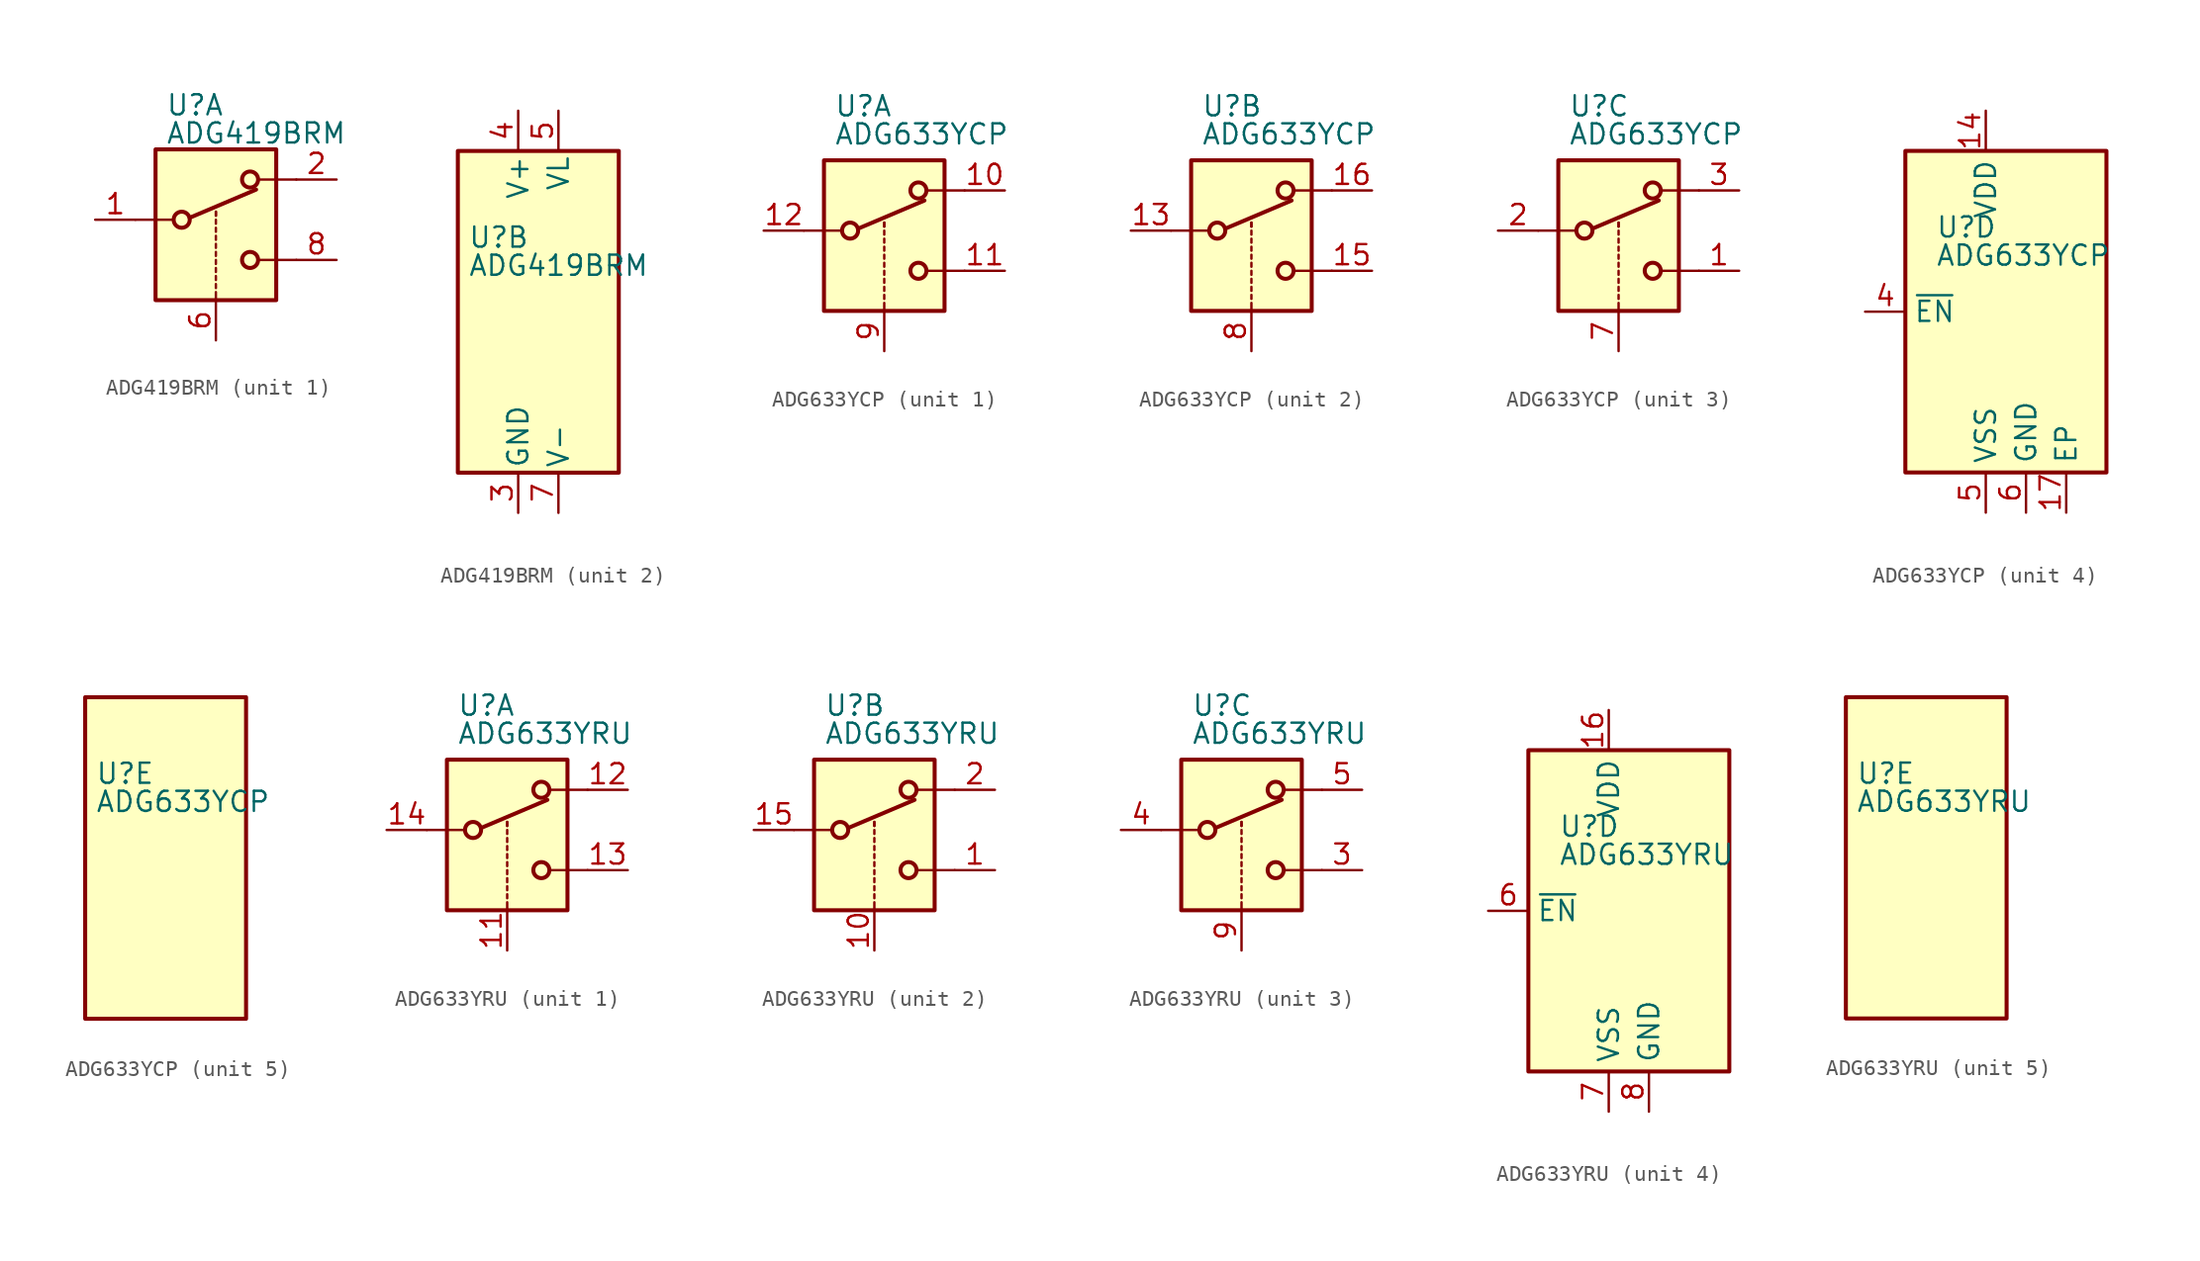
<source format=kicad_sym>
(kicad_symbol_lib
  (version 20200908)
  (generator kicad_symbol_editor)
  (symbol "Analog_Switch:ADG419BRM"
    (pin_names
      (offset 0.254))
    (property "Reference" "U"
      (at -3.175 4.699 0)
      (effects (font (size 1.27 1.27)) (justify left)))
    (property "Value" "ADG419BRM"
      (at -3.175 2.921 0)
      (effects (font (size 1.27 1.27)) (justify left)))
    (symbol "ADG419BRM_1_1"
      (circle (center -2.159 -2.54) (radius 0.508) (stroke (width 0.254)) (fill (type none)))
      (circle (center 2.159 -5.08) (radius 0.508) (stroke (width 0.254)) (fill (type none)))
      (circle (center 2.159 0) (radius 0.508) (stroke (width 0.254)) (fill (type none)))
      (rectangle (start -3.81 1.905) (end 3.81 -7.62) (stroke (width 0.254)) (fill (type background)))
      (polyline (pts (xy -5.08 -2.54) (xy -2.794 -2.54)) (stroke (width 0)) (fill (type none)))
      (polyline (pts (xy -1.651 -2.413) (xy 2.54 -0.635)) (stroke (width 0.254)) (fill (type none)))
      (polyline (pts (xy 0 -7.62) (xy 0 -7.112)) (stroke (width 0)) (fill (type none)))
      (polyline (pts (xy 0 -6.858) (xy 0 -6.604)) (stroke (width 0)) (fill (type none)))
      (polyline (pts (xy 0 -6.35) (xy 0 -6.096)) (stroke (width 0)) (fill (type none)))
      (polyline (pts (xy 0 -5.842) (xy 0 -5.588)) (stroke (width 0)) (fill (type none)))
      (polyline (pts (xy 0 -5.334) (xy 0 -5.08)) (stroke (width 0)) (fill (type none)))
      (polyline (pts (xy 0 -4.826) (xy 0 -4.572)) (stroke (width 0)) (fill (type none)))
      (polyline (pts (xy 0 -4.318) (xy 0 -4.064)) (stroke (width 0)) (fill (type none)))
      (polyline (pts (xy 0 -3.81) (xy 0 -3.556)) (stroke (width 0)) (fill (type none)))
      (polyline (pts (xy 0 -3.302) (xy 0 -3.048)) (stroke (width 0)) (fill (type none)))
      (polyline (pts (xy 0 -2.794) (xy 0 -2.54)) (stroke (width 0)) (fill (type none)))
      (polyline (pts (xy 0 -2.286) (xy 0 -2.032)) (stroke (width 0)) (fill (type none)))
      (polyline (pts (xy 0 -2.286) (xy 0 -2.032)) (stroke (width 0)) (fill (type none)))
      (polyline (pts (xy 5.08 -5.08) (xy 2.794 -5.08)) (stroke (width 0)) (fill (type none)))
      (polyline (pts (xy 5.08 0) (xy 2.794 0)) (stroke (width 0)) (fill (type none)))
      (pin passive line (at -7.62 -2.54 0) (length 2.54) (name "~" (effects (font (size 1.27 1.27)))) (number "1" (effects (font (size 1.27 1.27)))))
      (pin passive line (at 7.62 0 180) (length 2.54) (name "~" (effects (font (size 1.27 1.27)))) (number "2" (effects (font (size 1.27 1.27)))))
      (pin input line (at 0 -10.16 90) (length 2.54) (name "~" (effects (font (size 1.27 1.27)))) (number "6" (effects (font (size 1.27 1.27)))))
      (pin passive line (at 7.62 -5.08 180) (length 2.54) (name "~" (effects (font (size 1.27 1.27)))) (number "8" (effects (font (size 1.27 1.27))))))
    (symbol "ADG419BRM_2_1"
      (rectangle (start -3.81 10.16) (end 6.35 -10.16) (stroke (width 0.254)) (fill (type background))))
    (symbol "ADG419BRM_2_0"
      (pin power_in line (at 0 -12.7 90) (length 2.54) (name "GND" (effects (font (size 1.27 1.27)))) (number "3" (effects (font (size 1.27 1.27)))))
      (pin power_in line (at 0 12.7 270) (length 2.54) (name "V+" (effects (font (size 1.27 1.27)))) (number "4" (effects (font (size 1.27 1.27)))))
      (pin power_in line (at 2.54 12.7 270) (length 2.54) (name "VL" (effects (font (size 1.27 1.27)))) (number "5" (effects (font (size 1.27 1.27)))))
      (pin power_in line (at 2.54 -12.7 90) (length 2.54) (name "V-" (effects (font (size 1.27 1.27)))) (number "7" (effects (font (size 1.27 1.27)))))))
  (symbol "Analog_Switch:ADG633YCP"
    (property "Reference" "U"
      (at -3.175 5.334 0)
      (effects (font (size 1.27 1.27)) (justify left)))
    (property "Value" "ADG633YCP"
      (at -3.175 3.556 0)
      (effects (font (size 1.27 1.27)) (justify left)))
    (symbol "ADG633YCP_1_1"
      (circle (center -2.159 -2.54) (radius 0.508) (stroke (width 0.254)) (fill (type none)))
      (circle (center 2.159 -5.08) (radius 0.508) (stroke (width 0.254)) (fill (type none)))
      (circle (center 2.159 0) (radius 0.508) (stroke (width 0.254)) (fill (type none)))
      (rectangle (start -3.81 1.905) (end 3.81 -7.62) (stroke (width 0.254)) (fill (type background)))
      (polyline (pts (xy -5.08 -2.54) (xy -2.794 -2.54)) (stroke (width 0)) (fill (type none)))
      (polyline (pts (xy -1.651 -2.413) (xy 2.54 -0.635)) (stroke (width 0.254)) (fill (type none)))
      (polyline (pts (xy 0 -7.62) (xy 0 -7.112)) (stroke (width 0)) (fill (type none)))
      (polyline (pts (xy 0 -6.858) (xy 0 -6.604)) (stroke (width 0)) (fill (type none)))
      (polyline (pts (xy 0 -6.35) (xy 0 -6.096)) (stroke (width 0)) (fill (type none)))
      (polyline (pts (xy 0 -5.842) (xy 0 -5.588)) (stroke (width 0)) (fill (type none)))
      (polyline (pts (xy 0 -5.334) (xy 0 -5.08)) (stroke (width 0)) (fill (type none)))
      (polyline (pts (xy 0 -4.826) (xy 0 -4.572)) (stroke (width 0)) (fill (type none)))
      (polyline (pts (xy 0 -4.318) (xy 0 -4.064)) (stroke (width 0)) (fill (type none)))
      (polyline (pts (xy 0 -3.81) (xy 0 -3.556)) (stroke (width 0)) (fill (type none)))
      (polyline (pts (xy 0 -3.302) (xy 0 -3.048)) (stroke (width 0)) (fill (type none)))
      (polyline (pts (xy 0 -2.794) (xy 0 -2.54)) (stroke (width 0)) (fill (type none)))
      (polyline (pts (xy 0 -2.286) (xy 0 -2.032)) (stroke (width 0)) (fill (type none)))
      (polyline (pts (xy 0 -2.286) (xy 0 -2.032)) (stroke (width 0)) (fill (type none)))
      (polyline (pts (xy 5.08 -5.08) (xy 2.794 -5.08)) (stroke (width 0)) (fill (type none)))
      (polyline (pts (xy 5.08 0) (xy 2.794 0)) (stroke (width 0)) (fill (type none)))
      (pin passive line (at 7.62 0 180) (length 2.54) (name "~" (effects (font (size 1.27 1.27)))) (number "10" (effects (font (size 1.27 1.27)))))
      (pin passive line (at 7.62 -5.08 180) (length 2.54) (name "~" (effects (font (size 1.27 1.27)))) (number "11" (effects (font (size 1.27 1.27)))))
      (pin passive line (at -7.62 -2.54 0) (length 2.54) (name "~" (effects (font (size 1.27 1.27)))) (number "12" (effects (font (size 1.27 1.27)))))
      (pin input line (at 0 -10.16 90) (length 2.54) (name "~" (effects (font (size 1.27 1.27)))) (number "9" (effects (font (size 1.27 1.27))))))
    (symbol "ADG633YCP_2_1"
      (circle (center -2.159 -2.54) (radius 0.508) (stroke (width 0.254)) (fill (type none)))
      (circle (center 2.159 -5.08) (radius 0.508) (stroke (width 0.254)) (fill (type none)))
      (circle (center 2.159 0) (radius 0.508) (stroke (width 0.254)) (fill (type none)))
      (rectangle (start -3.81 1.905) (end 3.81 -7.62) (stroke (width 0.254)) (fill (type background)))
      (polyline (pts (xy -5.08 -2.54) (xy -2.794 -2.54)) (stroke (width 0)) (fill (type none)))
      (polyline (pts (xy -1.651 -2.413) (xy 2.54 -0.635)) (stroke (width 0.254)) (fill (type none)))
      (polyline (pts (xy 0 -7.62) (xy 0 -7.112)) (stroke (width 0)) (fill (type none)))
      (polyline (pts (xy 0 -6.858) (xy 0 -6.604)) (stroke (width 0)) (fill (type none)))
      (polyline (pts (xy 0 -6.35) (xy 0 -6.096)) (stroke (width 0)) (fill (type none)))
      (polyline (pts (xy 0 -5.842) (xy 0 -5.588)) (stroke (width 0)) (fill (type none)))
      (polyline (pts (xy 0 -5.334) (xy 0 -5.08)) (stroke (width 0)) (fill (type none)))
      (polyline (pts (xy 0 -4.826) (xy 0 -4.572)) (stroke (width 0)) (fill (type none)))
      (polyline (pts (xy 0 -4.318) (xy 0 -4.064)) (stroke (width 0)) (fill (type none)))
      (polyline (pts (xy 0 -3.81) (xy 0 -3.556)) (stroke (width 0)) (fill (type none)))
      (polyline (pts (xy 0 -3.302) (xy 0 -3.048)) (stroke (width 0)) (fill (type none)))
      (polyline (pts (xy 0 -2.794) (xy 0 -2.54)) (stroke (width 0)) (fill (type none)))
      (polyline (pts (xy 0 -2.286) (xy 0 -2.032)) (stroke (width 0)) (fill (type none)))
      (polyline (pts (xy 0 -2.286) (xy 0 -2.032)) (stroke (width 0)) (fill (type none)))
      (polyline (pts (xy 5.08 -5.08) (xy 2.794 -5.08)) (stroke (width 0)) (fill (type none)))
      (polyline (pts (xy 5.08 0) (xy 2.794 0)) (stroke (width 0)) (fill (type none)))
      (pin passive line (at -7.62 -2.54 0) (length 2.54) (name "~" (effects (font (size 1.27 1.27)))) (number "13" (effects (font (size 1.27 1.27)))))
      (pin passive line (at 7.62 -5.08 180) (length 2.54) (name "~" (effects (font (size 1.27 1.27)))) (number "15" (effects (font (size 1.27 1.27)))))
      (pin passive line (at 7.62 0 180) (length 2.54) (name "~" (effects (font (size 1.27 1.27)))) (number "16" (effects (font (size 1.27 1.27)))))
      (pin input line (at 0 -10.16 90) (length 2.54) (name "~" (effects (font (size 1.27 1.27)))) (number "8" (effects (font (size 1.27 1.27))))))
    (symbol "ADG633YCP_3_1"
      (circle (center -2.159 -2.54) (radius 0.508) (stroke (width 0.254)) (fill (type none)))
      (circle (center 2.159 -5.08) (radius 0.508) (stroke (width 0.254)) (fill (type none)))
      (circle (center 2.159 0) (radius 0.508) (stroke (width 0.254)) (fill (type none)))
      (rectangle (start -3.81 1.905) (end 3.81 -7.62) (stroke (width 0.254)) (fill (type background)))
      (polyline (pts (xy -5.08 -2.54) (xy -2.794 -2.54)) (stroke (width 0)) (fill (type none)))
      (polyline (pts (xy -1.651 -2.413) (xy 2.54 -0.635)) (stroke (width 0.254)) (fill (type none)))
      (polyline (pts (xy 0 -7.62) (xy 0 -7.112)) (stroke (width 0)) (fill (type none)))
      (polyline (pts (xy 0 -6.858) (xy 0 -6.604)) (stroke (width 0)) (fill (type none)))
      (polyline (pts (xy 0 -6.35) (xy 0 -6.096)) (stroke (width 0)) (fill (type none)))
      (polyline (pts (xy 0 -5.842) (xy 0 -5.588)) (stroke (width 0)) (fill (type none)))
      (polyline (pts (xy 0 -5.334) (xy 0 -5.08)) (stroke (width 0)) (fill (type none)))
      (polyline (pts (xy 0 -4.826) (xy 0 -4.572)) (stroke (width 0)) (fill (type none)))
      (polyline (pts (xy 0 -4.318) (xy 0 -4.064)) (stroke (width 0)) (fill (type none)))
      (polyline (pts (xy 0 -3.81) (xy 0 -3.556)) (stroke (width 0)) (fill (type none)))
      (polyline (pts (xy 0 -3.302) (xy 0 -3.048)) (stroke (width 0)) (fill (type none)))
      (polyline (pts (xy 0 -2.794) (xy 0 -2.54)) (stroke (width 0)) (fill (type none)))
      (polyline (pts (xy 0 -2.286) (xy 0 -2.032)) (stroke (width 0)) (fill (type none)))
      (polyline (pts (xy 0 -2.286) (xy 0 -2.032)) (stroke (width 0)) (fill (type none)))
      (polyline (pts (xy 5.08 -5.08) (xy 2.794 -5.08)) (stroke (width 0)) (fill (type none)))
      (polyline (pts (xy 5.08 0) (xy 2.794 0)) (stroke (width 0)) (fill (type none)))
      (pin passive line (at 7.62 -5.08 180) (length 2.54) (name "~" (effects (font (size 1.27 1.27)))) (number "1" (effects (font (size 1.27 1.27)))))
      (pin passive line (at -7.62 -2.54 0) (length 2.54) (name "~" (effects (font (size 1.27 1.27)))) (number "2" (effects (font (size 1.27 1.27)))))
      (pin passive line (at 7.62 0 180) (length 2.54) (name "~" (effects (font (size 1.27 1.27)))) (number "3" (effects (font (size 1.27 1.27)))))
      (pin input line (at 0 -10.16 90) (length 2.54) (name "~" (effects (font (size 1.27 1.27)))) (number "7" (effects (font (size 1.27 1.27))))))
    (symbol "ADG633YCP_4_1"
      (rectangle (start -5.08 10.16) (end 7.62 -10.16) (stroke (width 0.254)) (fill (type background))))
    (symbol "ADG633YCP_5_1"
      (rectangle (start -3.81 10.16) (end 6.35 -10.16) (stroke (width 0.254)) (fill (type background))))
    (symbol "ADG633YCP_4_0"
      (pin power_in line (at 0 12.7 270) (length 2.54) (name "VDD" (effects (font (size 1.27 1.27)))) (number "14" (effects (font (size 1.27 1.27)))))
      (pin power_in line (at 5.08 -12.7 90) (length 2.54) (name "EP" (effects (font (size 1.27 1.27)))) (number "17" (effects (font (size 1.27 1.27)))))
      (pin input line (at -7.62 0 0) (length 2.54) (name "~EN" (effects (font (size 1.27 1.27)))) (number "4" (effects (font (size 1.27 1.27)))))
      (pin power_in line (at 0 -12.7 90) (length 2.54) (name "VSS" (effects (font (size 1.27 1.27)))) (number "5" (effects (font (size 1.27 1.27)))))
      (pin power_in line (at 2.54 -12.7 90) (length 2.54) (name "GND" (effects (font (size 1.27 1.27)))) (number "6" (effects (font (size 1.27 1.27)))))))
  (symbol "Analog_Switch:ADG633YRU"
    (property "Reference" "U"
      (at -3.175 5.334 0)
      (effects (font (size 1.27 1.27)) (justify left)))
    (property "Value" "ADG633YRU"
      (at -3.175 3.556 0)
      (effects (font (size 1.27 1.27)) (justify left)))
    (symbol "ADG633YRU_1_1"
      (circle (center -2.159 -2.54) (radius 0.508) (stroke (width 0.254)) (fill (type none)))
      (circle (center 2.159 -5.08) (radius 0.508) (stroke (width 0.254)) (fill (type none)))
      (circle (center 2.159 0) (radius 0.508) (stroke (width 0.254)) (fill (type none)))
      (rectangle (start -3.81 1.905) (end 3.81 -7.62) (stroke (width 0.254)) (fill (type background)))
      (polyline (pts (xy -5.08 -2.54) (xy -2.794 -2.54)) (stroke (width 0)) (fill (type none)))
      (polyline (pts (xy -1.651 -2.413) (xy 2.54 -0.635)) (stroke (width 0.254)) (fill (type none)))
      (polyline (pts (xy 0 -7.62) (xy 0 -7.112)) (stroke (width 0)) (fill (type none)))
      (polyline (pts (xy 0 -6.858) (xy 0 -6.604)) (stroke (width 0)) (fill (type none)))
      (polyline (pts (xy 0 -6.35) (xy 0 -6.096)) (stroke (width 0)) (fill (type none)))
      (polyline (pts (xy 0 -5.842) (xy 0 -5.588)) (stroke (width 0)) (fill (type none)))
      (polyline (pts (xy 0 -5.334) (xy 0 -5.08)) (stroke (width 0)) (fill (type none)))
      (polyline (pts (xy 0 -4.826) (xy 0 -4.572)) (stroke (width 0)) (fill (type none)))
      (polyline (pts (xy 0 -4.318) (xy 0 -4.064)) (stroke (width 0)) (fill (type none)))
      (polyline (pts (xy 0 -3.81) (xy 0 -3.556)) (stroke (width 0)) (fill (type none)))
      (polyline (pts (xy 0 -3.302) (xy 0 -3.048)) (stroke (width 0)) (fill (type none)))
      (polyline (pts (xy 0 -2.794) (xy 0 -2.54)) (stroke (width 0)) (fill (type none)))
      (polyline (pts (xy 0 -2.286) (xy 0 -2.032)) (stroke (width 0)) (fill (type none)))
      (polyline (pts (xy 0 -2.286) (xy 0 -2.032)) (stroke (width 0)) (fill (type none)))
      (polyline (pts (xy 5.08 -5.08) (xy 2.794 -5.08)) (stroke (width 0)) (fill (type none)))
      (polyline (pts (xy 5.08 0) (xy 2.794 0)) (stroke (width 0)) (fill (type none)))
      (pin input line (at 0 -10.16 90) (length 2.54) (name "~" (effects (font (size 1.27 1.27)))) (number "11" (effects (font (size 1.27 1.27)))))
      (pin passive line (at 7.62 0 180) (length 2.54) (name "~" (effects (font (size 1.27 1.27)))) (number "12" (effects (font (size 1.27 1.27)))))
      (pin passive line (at 7.62 -5.08 180) (length 2.54) (name "~" (effects (font (size 1.27 1.27)))) (number "13" (effects (font (size 1.27 1.27)))))
      (pin passive line (at -7.62 -2.54 0) (length 2.54) (name "~" (effects (font (size 1.27 1.27)))) (number "14" (effects (font (size 1.27 1.27))))))
    (symbol "ADG633YRU_2_1"
      (circle (center -2.159 -2.54) (radius 0.508) (stroke (width 0.254)) (fill (type none)))
      (circle (center 2.159 -5.08) (radius 0.508) (stroke (width 0.254)) (fill (type none)))
      (circle (center 2.159 0) (radius 0.508) (stroke (width 0.254)) (fill (type none)))
      (rectangle (start -3.81 1.905) (end 3.81 -7.62) (stroke (width 0.254)) (fill (type background)))
      (polyline (pts (xy -5.08 -2.54) (xy -2.794 -2.54)) (stroke (width 0)) (fill (type none)))
      (polyline (pts (xy -1.651 -2.413) (xy 2.54 -0.635)) (stroke (width 0.254)) (fill (type none)))
      (polyline (pts (xy 0 -7.62) (xy 0 -7.112)) (stroke (width 0)) (fill (type none)))
      (polyline (pts (xy 0 -6.858) (xy 0 -6.604)) (stroke (width 0)) (fill (type none)))
      (polyline (pts (xy 0 -6.35) (xy 0 -6.096)) (stroke (width 0)) (fill (type none)))
      (polyline (pts (xy 0 -5.842) (xy 0 -5.588)) (stroke (width 0)) (fill (type none)))
      (polyline (pts (xy 0 -5.334) (xy 0 -5.08)) (stroke (width 0)) (fill (type none)))
      (polyline (pts (xy 0 -4.826) (xy 0 -4.572)) (stroke (width 0)) (fill (type none)))
      (polyline (pts (xy 0 -4.318) (xy 0 -4.064)) (stroke (width 0)) (fill (type none)))
      (polyline (pts (xy 0 -3.81) (xy 0 -3.556)) (stroke (width 0)) (fill (type none)))
      (polyline (pts (xy 0 -3.302) (xy 0 -3.048)) (stroke (width 0)) (fill (type none)))
      (polyline (pts (xy 0 -2.794) (xy 0 -2.54)) (stroke (width 0)) (fill (type none)))
      (polyline (pts (xy 0 -2.286) (xy 0 -2.032)) (stroke (width 0)) (fill (type none)))
      (polyline (pts (xy 0 -2.286) (xy 0 -2.032)) (stroke (width 0)) (fill (type none)))
      (polyline (pts (xy 5.08 -5.08) (xy 2.794 -5.08)) (stroke (width 0)) (fill (type none)))
      (polyline (pts (xy 5.08 0) (xy 2.794 0)) (stroke (width 0)) (fill (type none)))
      (pin passive line (at 7.62 -5.08 180) (length 2.54) (name "~" (effects (font (size 1.27 1.27)))) (number "1" (effects (font (size 1.27 1.27)))))
      (pin input line (at 0 -10.16 90) (length 2.54) (name "~" (effects (font (size 1.27 1.27)))) (number "10" (effects (font (size 1.27 1.27)))))
      (pin passive line (at -7.62 -2.54 0) (length 2.54) (name "~" (effects (font (size 1.27 1.27)))) (number "15" (effects (font (size 1.27 1.27)))))
      (pin passive line (at 7.62 0 180) (length 2.54) (name "~" (effects (font (size 1.27 1.27)))) (number "2" (effects (font (size 1.27 1.27))))))
    (symbol "ADG633YRU_3_1"
      (circle (center -2.159 -2.54) (radius 0.508) (stroke (width 0.254)) (fill (type none)))
      (circle (center 2.159 -5.08) (radius 0.508) (stroke (width 0.254)) (fill (type none)))
      (circle (center 2.159 0) (radius 0.508) (stroke (width 0.254)) (fill (type none)))
      (rectangle (start -3.81 1.905) (end 3.81 -7.62) (stroke (width 0.254)) (fill (type background)))
      (polyline (pts (xy -5.08 -2.54) (xy -2.794 -2.54)) (stroke (width 0)) (fill (type none)))
      (polyline (pts (xy -1.651 -2.413) (xy 2.54 -0.635)) (stroke (width 0.254)) (fill (type none)))
      (polyline (pts (xy 0 -7.62) (xy 0 -7.112)) (stroke (width 0)) (fill (type none)))
      (polyline (pts (xy 0 -6.858) (xy 0 -6.604)) (stroke (width 0)) (fill (type none)))
      (polyline (pts (xy 0 -6.35) (xy 0 -6.096)) (stroke (width 0)) (fill (type none)))
      (polyline (pts (xy 0 -5.842) (xy 0 -5.588)) (stroke (width 0)) (fill (type none)))
      (polyline (pts (xy 0 -5.334) (xy 0 -5.08)) (stroke (width 0)) (fill (type none)))
      (polyline (pts (xy 0 -4.826) (xy 0 -4.572)) (stroke (width 0)) (fill (type none)))
      (polyline (pts (xy 0 -4.318) (xy 0 -4.064)) (stroke (width 0)) (fill (type none)))
      (polyline (pts (xy 0 -3.81) (xy 0 -3.556)) (stroke (width 0)) (fill (type none)))
      (polyline (pts (xy 0 -3.302) (xy 0 -3.048)) (stroke (width 0)) (fill (type none)))
      (polyline (pts (xy 0 -2.794) (xy 0 -2.54)) (stroke (width 0)) (fill (type none)))
      (polyline (pts (xy 0 -2.286) (xy 0 -2.032)) (stroke (width 0)) (fill (type none)))
      (polyline (pts (xy 0 -2.286) (xy 0 -2.032)) (stroke (width 0)) (fill (type none)))
      (polyline (pts (xy 5.08 -5.08) (xy 2.794 -5.08)) (stroke (width 0)) (fill (type none)))
      (polyline (pts (xy 5.08 0) (xy 2.794 0)) (stroke (width 0)) (fill (type none)))
      (pin passive line (at 7.62 -5.08 180) (length 2.54) (name "~" (effects (font (size 1.27 1.27)))) (number "3" (effects (font (size 1.27 1.27)))))
      (pin passive line (at -7.62 -2.54 0) (length 2.54) (name "~" (effects (font (size 1.27 1.27)))) (number "4" (effects (font (size 1.27 1.27)))))
      (pin passive line (at 7.62 0 180) (length 2.54) (name "~" (effects (font (size 1.27 1.27)))) (number "5" (effects (font (size 1.27 1.27)))))
      (pin input line (at 0 -10.16 90) (length 2.54) (name "~" (effects (font (size 1.27 1.27)))) (number "9" (effects (font (size 1.27 1.27))))))
    (symbol "ADG633YRU_4_1"
      (rectangle (start -5.08 10.16) (end 7.62 -10.16) (stroke (width 0.254)) (fill (type background))))
    (symbol "ADG633YRU_5_1"
      (rectangle (start -3.81 10.16) (end 6.35 -10.16) (stroke (width 0.254)) (fill (type background))))
    (symbol "ADG633YRU_4_0"
      (pin power_in line (at 0 12.7 270) (length 2.54) (name "VDD" (effects (font (size 1.27 1.27)))) (number "16" (effects (font (size 1.27 1.27)))))
      (pin input line (at -7.62 0 0) (length 2.54) (name "~EN" (effects (font (size 1.27 1.27)))) (number "6" (effects (font (size 1.27 1.27)))))
      (pin power_in line (at 0 -12.7 90) (length 2.54) (name "VSS" (effects (font (size 1.27 1.27)))) (number "7" (effects (font (size 1.27 1.27)))))
      (pin power_in line (at 2.54 -12.7 90) (length 2.54) (name "GND" (effects (font (size 1.27 1.27)))) (number "8" (effects (font (size 1.27 1.27))))))))
</source>
